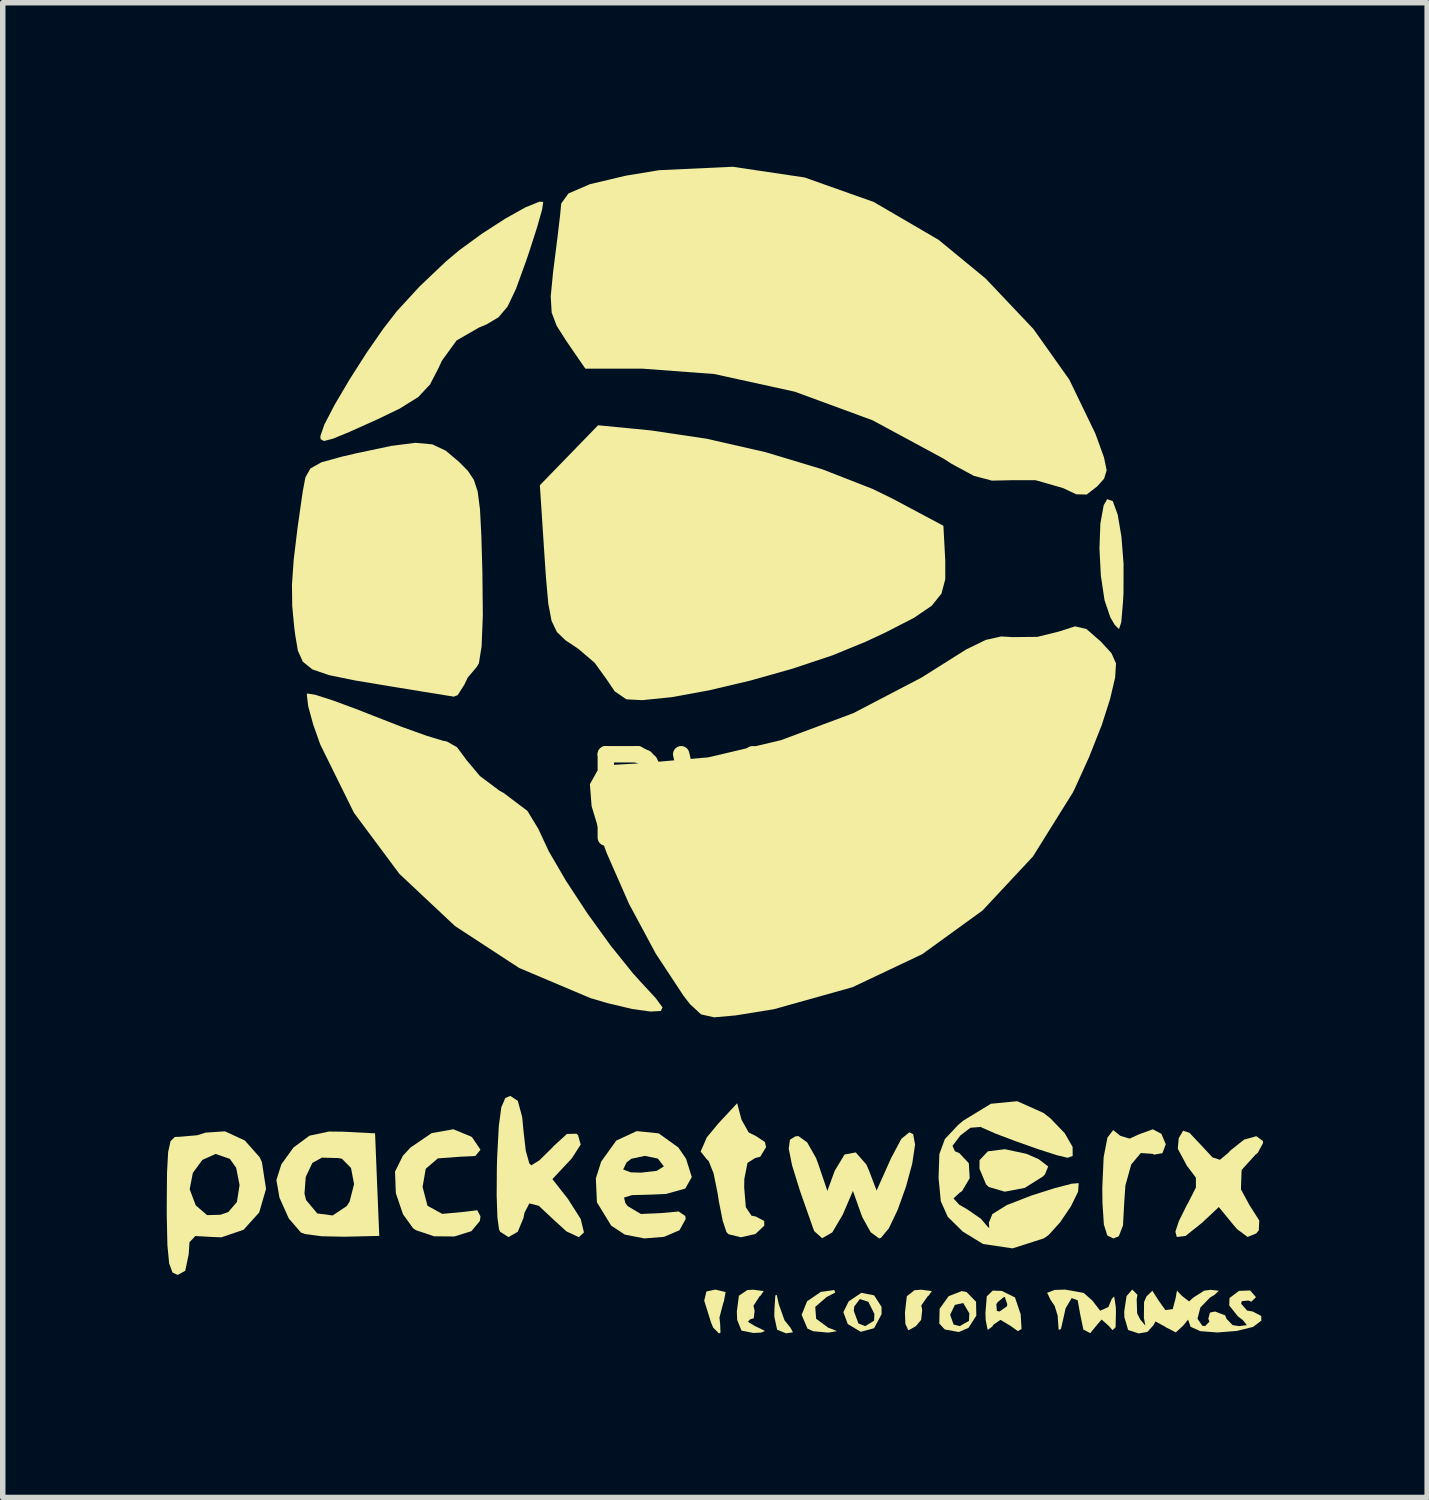
<source format=kicad_pcb>
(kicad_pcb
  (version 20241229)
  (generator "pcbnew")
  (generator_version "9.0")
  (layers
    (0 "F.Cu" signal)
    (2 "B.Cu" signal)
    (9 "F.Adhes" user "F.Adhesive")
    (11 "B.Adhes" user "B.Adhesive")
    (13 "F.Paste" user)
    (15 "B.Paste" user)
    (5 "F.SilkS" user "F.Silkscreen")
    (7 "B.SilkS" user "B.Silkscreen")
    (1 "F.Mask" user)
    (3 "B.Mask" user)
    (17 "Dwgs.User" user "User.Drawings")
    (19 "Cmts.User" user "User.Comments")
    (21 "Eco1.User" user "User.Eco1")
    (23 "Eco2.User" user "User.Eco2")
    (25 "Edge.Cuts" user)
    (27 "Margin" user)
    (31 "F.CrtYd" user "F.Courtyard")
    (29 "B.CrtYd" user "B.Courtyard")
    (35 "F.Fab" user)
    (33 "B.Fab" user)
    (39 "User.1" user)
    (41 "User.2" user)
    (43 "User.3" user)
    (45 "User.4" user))
  (footprint "PWX"
    (layer "F.Cu")
    (at 10.026 11.58)
    (property "Reference" "PWX" (at 0 0 0) (layer "F.SilkS") (effects (font (size 1.524 1.524) (thickness 0.3))))
    (attr board_only exclude_from_pos_files exclude_from_bom)
    (fp_poly (pts (xy 1.168 9.224) (xy 1.272 9.517) (xy 1.384 9.657) (xy 1.427 9.738) (xy 1.303 9.757) (xy 1.138 9.691) (xy 1.086 9.449) (xy 1.088 9.324) (xy 1.105 9.063) (xy 1.131 9.055)) (stroke (width 0) (type solid)) (fill yes) (layer "F.SilkS"))
    (fp_poly (pts (xy 0.196 9.002) (xy 0.163 9.177) (xy 0.156 9.191) (xy 0.083 9.467) (xy 0.096 9.592) (xy 0.102 9.744) (xy 0.074 9.759) (xy -0.032 9.652) (xy -0.071 9.558) (xy -0.171 9.239) (xy -0.196 9.157) (xy -0.155 8.991) (xy 0.009 8.957)) (stroke (width 0) (type solid)) (fill yes) (layer "F.SilkS"))
    (fp_poly (pts (xy 3.967 8.984) (xy 3.911 9.066) (xy 3.893 9.078) (xy 3.775 9.246) (xy 3.791 9.328) (xy 3.772 9.51) (xy 3.675 9.626) (xy 3.538 9.702) (xy 3.483 9.584) (xy 3.476 9.374) (xy 3.51 9.078) (xy 3.651 8.968) (xy 3.777 8.959)) (stroke (width 0) (type solid)) (fill yes) (layer "F.SilkS"))
    (fp_poly (pts (xy 5.7 6.474) (xy 5.924 6.573) (xy 6.096 6.705) (xy 6.036 6.85) (xy 5.998 6.889) (xy 5.666 7.097) (xy 5.301 7.166) (xy 5.008 7.08) (xy 4.959 7.033) (xy 4.839 6.746) (xy 4.84 6.59) (xy 4.992 6.428) (xy 5.304 6.389)) (stroke (width 0) (type solid)) (fill yes) (layer "F.SilkS"))
    (fp_poly (pts (xy 2.201 9.011) (xy 2.041 9.094) (xy 1.835 9.273) (xy 1.851 9.491) (xy 2.077 9.657) (xy 2.117 9.669) (xy 2.23 9.717) (xy 2.087 9.742) (xy 2.061 9.743) (xy 1.794 9.718) (xy 1.693 9.67) (xy 1.586 9.419) (xy 1.685 9.171) (xy 1.937 8.999) (xy 2.183 8.965)) (stroke (width 0) (type solid)) (fill yes) (layer "F.SilkS"))
    (fp_poly (pts (xy 7.277 -5.464) (xy 7.367 -5.217) (xy 7.435 -4.816) (xy 7.474 -4.319) (xy 7.473 -3.782) (xy 7.463 -3.609) (xy 7.432 -3.249) (xy 7.391 -3.124) (xy 7.313 -3.201) (xy 7.232 -3.339) (xy 7.126 -3.652) (xy 7.059 -4.1) (xy 7.033 -4.596) (xy 7.05 -5.054) (xy 7.111 -5.39) (xy 7.175 -5.5)) (stroke (width 0) (type solid)) (fill yes) (layer "F.SilkS"))
    (fp_poly (pts (xy 0.892 8.984) (xy 0.836 9.066) (xy 0.818 9.078) (xy 0.705 9.253) (xy 0.726 9.343) (xy 0.711 9.481) (xy 0.643 9.501) (xy 0.604 9.548) (xy 0.735 9.625) (xy 0.916 9.713) (xy 0.845 9.743) (xy 0.702 9.75) (xy 0.486 9.707) (xy 0.407 9.512) (xy 0.401 9.358) (xy 0.439 9.069) (xy 0.591 8.966) (xy 0.702 8.959)) (stroke (width 0) (type solid)) (fill yes) (layer "F.SilkS"))
    (fp_poly (pts (xy 2.912 9.062) (xy 3.047 9.272) (xy 3.048 9.407) (xy 2.911 9.663) (xy 2.667 9.729) (xy 2.43 9.587) (xy 2.349 9.369) (xy 2.36 9.347) (xy 2.54 9.347) (xy 2.625 9.577) (xy 2.75 9.625) (xy 2.911 9.525) (xy 2.917 9.402) (xy 2.806 9.18) (xy 2.651 9.13) (xy 2.547 9.267) (xy 2.54 9.347) (xy 2.36 9.347) (xy 2.446 9.173) (xy 2.678 9.016)) (stroke (width 0) (type solid)) (fill yes) (layer "F.SilkS"))
    (fp_poly (pts (xy 4.602 9.001) (xy 4.776 9.179) (xy 4.781 9.434) (xy 4.638 9.656) (xy 4.462 9.733) (xy 4.204 9.686) (xy 4.104 9.578) (xy 4.107 9.418) (xy 4.302 9.418) (xy 4.366 9.596) (xy 4.478 9.625) (xy 4.647 9.529) (xy 4.653 9.391) (xy 4.542 9.203) (xy 4.389 9.236) (xy 4.302 9.418) (xy 4.107 9.418) (xy 4.11 9.307) (xy 4.275 9.077) (xy 4.515 8.984)) (stroke (width 0) (type solid)) (fill yes) (layer "F.SilkS"))
    (fp_poly (pts (xy 8.166 6.108) (xy 8.246 6.298) (xy 8.185 6.462) (xy 8.032 6.488) (xy 8.006 6.474) (xy 7.79 6.459) (xy 7.615 6.667) (xy 7.508 7.051) (xy 7.486 7.369) (xy 7.464 7.784) (xy 7.386 7.983) (xy 7.286 8.021) (xy 7.176 7.966) (xy 7.114 7.767) (xy 7.088 7.375) (xy 7.085 7.093) (xy 7.11 6.536) (xy 7.179 6.177) (xy 7.284 6.04) (xy 7.416 6.145) (xy 7.586 6.195) (xy 7.757 6.117) (xy 8.01 6.025)) (stroke (width 0) (type solid)) (fill yes) (layer "F.SilkS"))
    (fp_poly (pts (xy 5.247 8.981) (xy 5.488 9.1) (xy 5.591 9.405) (xy 5.593 9.417) (xy 5.608 9.678) (xy 5.541 9.717) (xy 5.415 9.626) (xy 5.223 9.51) (xy 5.095 9.598) (xy 5.072 9.634) (xy 4.988 9.694) (xy 4.952 9.512) (xy 4.948 9.382) (xy 4.961 9.224) (xy 5.147 9.224) (xy 5.157 9.347) (xy 5.206 9.358) (xy 5.342 9.261) (xy 5.347 9.224) (xy 5.302 9.094) (xy 5.288 9.091) (xy 5.174 9.184) (xy 5.147 9.224) (xy 4.961 9.224) (xy 4.972 9.081) (xy 5.082 8.975)) (stroke (width 0) (type solid)) (fill yes) (layer "F.SilkS"))
    (fp_poly (pts (xy -4.456 6.16) (xy -4.438 6.176) (xy -4.288 6.398) (xy -4.382 6.514) (xy -4.649 6.526) (xy -5.068 6.557) (xy -5.289 6.747) (xy -5.347 7.079) (xy -5.257 7.424) (xy -4.987 7.572) (xy -4.588 7.535) (xy -4.347 7.505) (xy -4.288 7.617) (xy -4.299 7.702) (xy -4.454 7.888) (xy -4.765 7.985) (xy -5.137 7.982) (xy -5.469 7.87) (xy -5.521 7.834) (xy -5.705 7.579) (xy -5.831 7.209) (xy -5.837 7.176) (xy -5.851 6.799) (xy -5.707 6.509) (xy -5.57 6.36) (xy -5.181 6.095) (xy -4.784 6.024)) (stroke (width 0) (type solid)) (fill yes) (layer "F.SilkS"))
    (fp_poly (pts (xy 0.486 5.849) (xy 0.618 6.083) (xy 0.751 6.149) (xy 0.914 6.257) (xy 0.936 6.35) (xy 0.829 6.527) (xy 0.735 6.551) (xy 0.596 6.639) (xy 0.538 6.932) (xy 0.535 7.085) (xy 0.565 7.45) (xy 0.669 7.605) (xy 0.746 7.62) (xy 0.901 7.702) (xy 0.903 7.787) (xy 0.741 7.94) (xy 0.475 8) (xy 0.248 7.944) (xy 0.21 7.903) (xy 0.142 7.696) (xy 0.071 7.337) (xy 0.049 7.194) (xy -0.024 6.832) (xy -0.115 6.605) (xy -0.149 6.573) (xy -0.261 6.432) (xy -0.148 6.172) (xy 0.07 5.91) (xy 0.407 5.548)) (stroke (width 0) (type solid)) (fill yes) (layer "F.SilkS"))
    (fp_poly (pts (xy 6.745 9.018) (xy 6.903 9.157) (xy 7.047 9.343) (xy 7.196 9.276) (xy 7.26 9.124) (xy 7.302 9.082) (xy 7.331 9.267) (xy 7.335 9.358) (xy 7.328 9.646) (xy 7.273 9.699) (xy 7.207 9.625) (xy 7.073 9.504) (xy 6.997 9.592) (xy 6.864 9.754) (xy 6.739 9.687) (xy 6.684 9.425) (xy 6.635 9.152) (xy 6.525 9.112) (xy 6.414 9.299) (xy 6.379 9.458) (xy 6.329 9.678) (xy 6.288 9.693) (xy 6.287 9.692) (xy 6.27 9.459) (xy 6.272 9.444) (xy 6.214 9.255) (xy 6.138 9.143) (xy 6.076 9.015) (xy 6.213 8.963) (xy 6.405 8.957)) (stroke (width 0) (type solid)) (fill yes) (layer "F.SilkS"))
    (fp_poly (pts (xy -6.802 6.069) (xy -6.216 6.099) (xy -6.178 7.037) (xy -6.139 7.975) (xy -6.784 7.99) (xy -7.194 7.981) (xy -7.495 7.941) (xy -7.572 7.913) (xy -7.794 7.656) (xy -7.965 7.274) (xy -7.977 7.202) (xy -7.507 7.202) (xy -7.478 7.319) (xy -7.273 7.564) (xy -6.992 7.601) (xy -6.734 7.429) (xy -6.682 7.348) (xy -6.6 7.028) (xy -6.656 6.732) (xy -6.824 6.562) (xy -6.894 6.551) (xy -7.135 6.545) (xy -7.186 6.542) (xy -7.363 6.64) (xy -7.484 6.896) (xy -7.507 7.202) (xy -7.977 7.202) (xy -8.021 6.954) (xy -7.93 6.666) (xy -7.711 6.362) (xy -7.705 6.356) (xy -7.416 6.142) (xy -7.06 6.066)) (stroke (width 0) (type solid)) (fill yes) (layer "F.SilkS"))
    (fp_poly (pts (xy -1.176 -6.758) (xy -0.154 -6.606) (xy 0.925 -6.36) (xy 1.969 -6.045) (xy 2.885 -5.687) (xy 3.249 -5.509) (xy 4.179 -5.013) (xy 4.213 -4.377) (xy 4.213 -4.036) (xy 4.144 -3.774) (xy 3.967 -3.552) (xy 3.641 -3.33) (xy 3.129 -3.067) (xy 2.763 -2.895) (xy 2.145 -2.642) (xy 1.419 -2.4) (xy 0.647 -2.182) (xy -0.11 -2.003) (xy -0.789 -1.879) (xy -1.329 -1.824) (xy -1.619 -1.839) (xy -1.834 -1.986) (xy -1.981 -2.205) (xy -2.2 -2.508) (xy -2.5 -2.764) (xy -2.736 -2.921) (xy -2.891 -3.072) (xy -2.988 -3.275) (xy -3.048 -3.591) (xy -3.091 -4.078) (xy -3.119 -4.491) (xy -3.202 -5.755) (xy -2.669 -6.304) (xy -2.137 -6.852)) (stroke (width 0) (type solid)) (fill yes) (layer "F.SilkS"))
    (fp_poly (pts (xy -3.14 -10.938) (xy -3.16 -10.801) (xy -3.252 -10.474) (xy -3.398 -10.02) (xy -3.45 -9.867) (xy -3.638 -9.348) (xy -3.793 -9.022) (xy -3.959 -8.826) (xy -4.18 -8.695) (xy -4.315 -8.639) (xy -4.724 -8.404) (xy -4.994 -8.032) (xy -5.053 -7.903) (xy -5.211 -7.598) (xy -5.425 -7.369) (xy -5.765 -7.157) (xy -6.176 -6.959) (xy -6.681 -6.732) (xy -6.99 -6.605) (xy -7.151 -6.564) (xy -7.211 -6.596) (xy -7.217 -6.651) (xy -7.144 -6.864) (xy -6.953 -7.231) (xy -6.682 -7.69) (xy -6.372 -8.176) (xy -6.059 -8.627) (xy -5.816 -8.94) (xy -5.402 -9.39) (xy -4.93 -9.839) (xy -4.68 -10.05) (xy -4.262 -10.355) (xy -3.838 -10.629) (xy -3.469 -10.836) (xy -3.214 -10.94)) (stroke (width 0) (type solid)) (fill yes) (layer "F.SilkS"))
    (fp_poly (pts (xy 3.626 6.113) (xy 3.661 6.305) (xy 3.609 6.652) (xy 3.494 7.076) (xy 3.343 7.497) (xy 3.182 7.835) (xy 3.037 8.011) (xy 3.003 8.021) (xy 2.849 7.908) (xy 2.695 7.63) (xy 2.679 7.587) (xy 2.524 7.152) (xy 2.338 7.587) (xy 2.146 7.911) (xy 1.961 8.017) (xy 1.816 7.887) (xy 1.803 7.854) (xy 1.56 7.163) (xy 1.411 6.684) (xy 1.35 6.38) (xy 1.372 6.216) (xy 1.471 6.154) (xy 1.527 6.149) (xy 1.687 6.264) (xy 1.849 6.55) (xy 1.887 6.651) (xy 2.057 7.152) (xy 2.191 6.784) (xy 2.371 6.486) (xy 2.576 6.448) (xy 2.771 6.671) (xy 2.819 6.781) (xy 2.957 7.145) (xy 3.22 6.557) (xy 3.41 6.199) (xy 3.555 6.08)) (stroke (width 0) (type solid)) (fill yes) (layer "F.SilkS"))
    (fp_poly (pts (xy 8.679 6.089) (xy 8.886 6.308) (xy 9.101 6.539) (xy 9.237 6.583) (xy 9.388 6.457) (xy 9.432 6.409) (xy 9.679 6.214) (xy 9.903 6.151) (xy 10.022 6.238) (xy 10.026 6.275) (xy 9.929 6.456) (xy 9.893 6.483) (xy 9.633 6.769) (xy 9.621 7.124) (xy 9.779 7.415) (xy 9.956 7.692) (xy 9.948 7.873) (xy 9.9 7.93) (xy 9.743 7.994) (xy 9.551 7.852) (xy 9.478 7.767) (xy 9.216 7.447) (xy 8.911 7.734) (xy 8.607 7.976) (xy 8.448 7.995) (xy 8.422 7.898) (xy 8.484 7.708) (xy 8.633 7.407) (xy 8.653 7.374) (xy 8.797 7.09) (xy 8.797 6.91) (xy 8.648 6.712) (xy 8.636 6.699) (xy 8.466 6.381) (xy 8.483 6.188) (xy 8.563 6.051)) (stroke (width 0) (type solid)) (fill yes) (layer "F.SilkS"))
    (fp_poly (pts (xy -7.316 -1.924) (xy -6.987 -1.819) (xy -6.525 -1.648) (xy -6.242 -1.536) (xy -5.715 -1.331) (xy -5.271 -1.172) (xy -4.975 -1.082) (xy -4.904 -1.069) (xy -4.717 -0.963) (xy -4.539 -0.723) (xy -4.297 -0.435) (xy -3.939 -0.168) (xy -3.863 -0.126) (xy -3.43 0.201) (xy -3.231 0.528) (xy -3.04 0.938) (xy -2.724 1.48) (xy -2.33 2.08) (xy -1.906 2.667) (xy -1.501 3.17) (xy -1.376 3.309) (xy -1.083 3.626) (xy -0.959 3.795) (xy -0.989 3.861) (xy -1.156 3.87) (xy -1.19 3.87) (xy -1.511 3.825) (xy -1.963 3.718) (xy -2.276 3.626) (xy -3.581 3.074) (xy -4.755 2.307) (xy -5.771 1.353) (xy -6.601 0.238) (xy -7.217 -1.01) (xy -7.348 -1.379) (xy -7.439 -1.713) (xy -7.464 -1.922) (xy -7.456 -1.946)) (stroke (width 0) (type solid)) (fill yes) (layer "F.SilkS"))
    (fp_poly (pts (xy -3.605 5.505) (xy -3.525 5.802) (xy -3.502 6.049) (xy -3.459 6.42) (xy -3.395 6.648) (xy -3.359 6.684) (xy -3.211 6.593) (xy -2.983 6.369) (xy -2.953 6.335) (xy -2.707 6.11) (xy -2.536 6.106) (xy -2.503 6.133) (xy -2.455 6.304) (xy -2.616 6.554) (xy -2.665 6.608) (xy -2.973 6.936) (xy -2.69 7.296) (xy -2.455 7.665) (xy -2.395 7.911) (xy -2.489 7.998) (xy -2.715 7.893) (xy -2.941 7.687) (xy -3.224 7.423) (xy -3.394 7.38) (xy -3.484 7.554) (xy -3.5 7.643) (xy -3.606 7.899) (xy -3.777 7.997) (xy -3.93 7.897) (xy -3.949 7.854) (xy -3.978 7.639) (xy -3.992 7.233) (xy -3.988 6.712) (xy -3.983 6.539) (xy -3.953 5.97) (xy -3.907 5.623) (xy -3.834 5.453) (xy -3.743 5.414)) (stroke (width 0) (type solid)) (fill yes) (layer "F.SilkS"))
    (fp_poly (pts (xy -1.029 6.099) (xy -0.669 6.357) (xy -0.528 6.564) (xy -0.423 6.898) (xy -0.542 7.109) (xy -0.897 7.208) (xy -1.148 7.219) (xy -1.516 7.229) (xy -1.663 7.274) (xy -1.637 7.376) (xy -1.596 7.43) (xy -1.354 7.574) (xy -0.978 7.557) (xy -0.663 7.528) (xy -0.542 7.611) (xy -0.535 7.666) (xy -0.648 7.871) (xy -0.93 7.992) (xy -1.293 8.021) (xy -1.648 7.951) (xy -1.897 7.787) (xy -2.158 7.361) (xy -2.178 6.922) (xy -2.126 6.76) (xy -1.678 6.76) (xy -1.541 6.812) (xy -1.353 6.818) (xy -1.065 6.785) (xy -0.936 6.705) (xy -0.936 6.7) (xy -1.043 6.561) (xy -1.282 6.511) (xy -1.529 6.564) (xy -1.616 6.631) (xy -1.678 6.76) (xy -2.126 6.76) (xy -2.08 6.615) (xy -1.804 6.231) (xy -1.43 6.058)) (stroke (width 0) (type solid)) (fill yes) (layer "F.SilkS"))
    (fp_poly (pts (xy -5.169 -6.503) (xy -4.923 -6.387) (xy -4.681 -6.183) (xy -4.519 -6.019) (xy -4.41 -5.856) (xy -4.339 -5.639) (xy -4.297 -5.315) (xy -4.272 -4.828) (xy -4.253 -4.173) (xy -4.245 -3.376) (xy -4.267 -2.813) (xy -4.317 -2.497) (xy -4.354 -2.435) (xy -4.522 -2.235) (xy -4.584 -2.106) (xy -4.704 -1.917) (xy -4.775 -1.888) (xy -4.949 -1.916) (xy -5.314 -1.975) (xy -5.796 -2.054) (xy -5.882 -2.068) (xy -6.58 -2.184) (xy -7.059 -2.282) (xy -7.363 -2.387) (xy -7.538 -2.528) (xy -7.628 -2.73) (xy -7.677 -3.02) (xy -7.694 -3.153) (xy -7.731 -3.543) (xy -7.736 -3.935) (xy -7.704 -4.397) (xy -7.631 -4.998) (xy -7.539 -5.64) (xy -7.49 -5.899) (xy -7.397 -6.063) (xy -7.198 -6.174) (xy -6.834 -6.275) (xy -6.547 -6.342) (xy -5.917 -6.475) (xy -5.479 -6.531)) (stroke (width 0) (type solid)) (fill yes) (layer "F.SilkS"))
    (fp_poly (pts (xy 1.641 -11.384) (xy 2.904 -10.936) (xy 4.09 -10.244) (xy 4.951 -9.536) (xy 5.826 -8.612) (xy 6.481 -7.688) (xy 6.956 -6.705) (xy 6.971 -6.666) (xy 7.116 -6.264) (xy 7.165 -6.028) (xy 7.118 -5.875) (xy 6.993 -5.735) (xy 6.8 -5.585) (xy 6.609 -5.589) (xy 6.368 -5.703) (xy 5.865 -5.847) (xy 5.432 -5.847) (xy 5.067 -5.839) (xy 4.735 -5.927) (xy 4.333 -6.144) (xy 4.177 -6.244) (xy 2.883 -6.943) (xy 1.46 -7.466) (xy -0.012 -7.789) (xy -1.324 -7.887) (xy -2.37 -7.887) (xy -2.715 -8.389) (xy -2.895 -8.671) (xy -2.986 -8.914) (xy -3.003 -9.211) (xy -2.96 -9.653) (xy -2.938 -9.826) (xy -2.877 -10.312) (xy -2.831 -10.699) (xy -2.812 -10.904) (xy -2.812 -10.907) (xy -2.678 -11.092) (xy -2.287 -11.261) (xy -1.634 -11.416) (xy -1.022 -11.517) (xy 0.325 -11.58)) (stroke (width 0) (type solid)) (fill yes) (layer "F.SilkS"))
    (fp_poly (pts (xy -8.598 6.23) (xy -8.326 6.537) (xy -8.286 6.625) (xy -8.21 7.114) (xy -8.335 7.546) (xy -8.621 7.862) (xy -9.027 8.001) (xy -9.219 7.993) (xy -9.503 7.977) (xy -9.61 8.09) (xy -9.625 8.312) (xy -9.688 8.613) (xy -9.826 8.689) (xy -9.921 8.644) (xy -9.982 8.479) (xy -10.014 8.148) (xy -10.026 7.607) (xy -10.026 7.411) (xy -10.024 7.121) (xy -9.607 7.121) (xy -9.498 7.411) (xy -9.49 7.421) (xy -9.288 7.595) (xy -9.045 7.588) (xy -8.901 7.539) (xy -8.743 7.355) (xy -8.694 7.045) (xy -8.757 6.728) (xy -8.873 6.565) (xy -9.133 6.476) (xy -9.375 6.585) (xy -9.549 6.823) (xy -9.607 7.121) (xy -10.024 7.121) (xy -10.021 6.817) (xy -10.001 6.442) (xy -9.956 6.241) (xy -9.878 6.165) (xy -9.792 6.162) (xy -9.469 6.134) (xy -9.316 6.086) (xy -8.961 6.062)) (stroke (width 0) (type solid)) (fill yes) (layer "F.SilkS"))
    (fp_poly (pts (xy 6.796 -3.125) (xy 7.051 -2.902) (xy 7.055 -2.899) (xy 7.253 -2.683) (xy 7.336 -2.496) (xy 7.32 -2.238) (xy 7.227 -1.842) (xy 7.076 -1.371) (xy 6.844 -0.784) (xy 6.578 -0.198) (xy 6.546 -0.134) (xy 5.817 1.035) (xy 4.895 2.023) (xy 3.792 2.822) (xy 2.516 3.426) (xy 1.077 3.829) (xy 0.379 3.942) (xy -0.013 3.977) (xy -0.254 3.923) (xy -0.455 3.737) (xy -0.575 3.582) (xy -1.082 2.812) (xy -1.572 1.9) (xy -1.98 0.971) (xy -2.074 0.715) (xy -2.255 0.116) (xy -2.287 -0.286) (xy -2.154 -0.526) (xy -1.837 -0.642) (xy -1.383 -0.668) (xy -0.122 -0.778) (xy 1.207 -1.092) (xy 2.533 -1.587) (xy 3.784 -2.24) (xy 4.094 -2.436) (xy 4.595 -2.751) (xy 4.954 -2.926) (xy 5.237 -2.989) (xy 5.449 -2.977) (xy 5.899 -2.982) (xy 6.295 -3.08) (xy 6.587 -3.174)) (stroke (width 0) (type solid)) (fill yes) (layer "F.SilkS"))
    (fp_poly (pts (xy 6.01 5.726) (xy 6.139 5.827) (xy 6.398 6.097) (xy 6.542 6.347) (xy 6.543 6.513) (xy 6.45 6.546) (xy 6.255 6.499) (xy 5.905 6.386) (xy 5.498 6.242) (xy 5.126 6.101) (xy 4.886 5.995) (xy 4.864 5.982) (xy 4.673 5.997) (xy 4.491 6.136) (xy 4.345 6.328) (xy 4.39 6.426) (xy 4.473 6.463) (xy 4.644 6.646) (xy 4.66 6.919) (xy 4.52 7.156) (xy 4.473 7.187) (xy 4.364 7.29) (xy 4.468 7.404) (xy 4.601 7.48) (xy 4.864 7.66) (xy 4.988 7.806) (xy 5.018 7.832) (xy 5.01 7.734) (xy 5.075 7.575) (xy 5.339 7.411) (xy 5.79 7.236) (xy 6.215 7.101) (xy 6.527 7.02) (xy 6.653 7.01) (xy 6.643 7.165) (xy 6.512 7.433) (xy 6.314 7.726) (xy 6.105 7.957) (xy 6.019 8.019) (xy 5.444 8.203) (xy 4.904 8.123) (xy 4.532 7.895) (xy 4.259 7.626) (xy 4.131 7.34) (xy 4.091 6.917) (xy 4.091 6.896) (xy 4.105 6.478) (xy 4.206 6.203) (xy 4.447 5.947) (xy 4.54 5.868) (xy 5.048 5.558) (xy 5.53 5.511)) (stroke (width 0) (type solid)) (fill yes) (layer "F.SilkS"))
    (fp_poly (pts (xy 7.728 9.052) (xy 7.714 9.136) (xy 7.723 9.392) (xy 7.779 9.504) (xy 7.873 9.615) (xy 7.849 9.491) (xy 7.846 9.479) (xy 7.849 9.185) (xy 7.893 9.082) (xy 8.001 8.978) (xy 8.093 9.122) (xy 8.095 9.128) (xy 8.238 9.331) (xy 8.373 9.314) (xy 8.424 9.124) (xy 8.451 8.976) (xy 8.541 9.071) (xy 8.673 9.173) (xy 8.747 9.105) (xy 8.947 8.977) (xy 9.065 8.961) (xy 9.217 8.978) (xy 9.136 9.055) (xy 9.057 9.101) (xy 8.879 9.284) (xy 8.826 9.49) (xy 8.914 9.618) (xy 8.965 9.625) (xy 9.045 9.543) (xy 9.024 9.492) (xy 9.054 9.377) (xy 9.149 9.358) (xy 9.332 9.428) (xy 9.358 9.492) (xy 9.468 9.606) (xy 9.584 9.625) (xy 9.729 9.607) (xy 9.658 9.517) (xy 9.564 9.445) (xy 9.407 9.247) (xy 9.412 9.111) (xy 9.587 8.98) (xy 9.79 8.973) (xy 9.892 9.091) (xy 9.893 9.098) (xy 9.811 9.178) (xy 9.759 9.157) (xy 9.636 9.168) (xy 9.625 9.216) (xy 9.734 9.34) (xy 9.837 9.358) (xy 9.992 9.439) (xy 9.994 9.525) (xy 9.844 9.639) (xy 9.545 9.713) (xy 9.192 9.741) (xy 8.878 9.717) (xy 8.7 9.637) (xy 8.687 9.599) (xy 8.654 9.506) (xy 8.564 9.617) (xy 8.43 9.739) (xy 8.247 9.646) (xy 8.232 9.634) (xy 8.057 9.54) (xy 8.021 9.609) (xy 7.909 9.731) (xy 7.754 9.759) (xy 7.558 9.696) (xy 7.489 9.461) (xy 7.486 9.358) (xy 7.529 9.076) (xy 7.632 8.957) (xy 7.634 8.957)) (stroke (width 0) (type solid)) (fill yes) (layer "F.SilkS")))
  (gr_rect
    (start -3 -3)
    (end 23.053 24.339)
    (stroke (width 0.1) (type default))
    (fill no)
    (layer "Edge.Cuts")))
</source>
